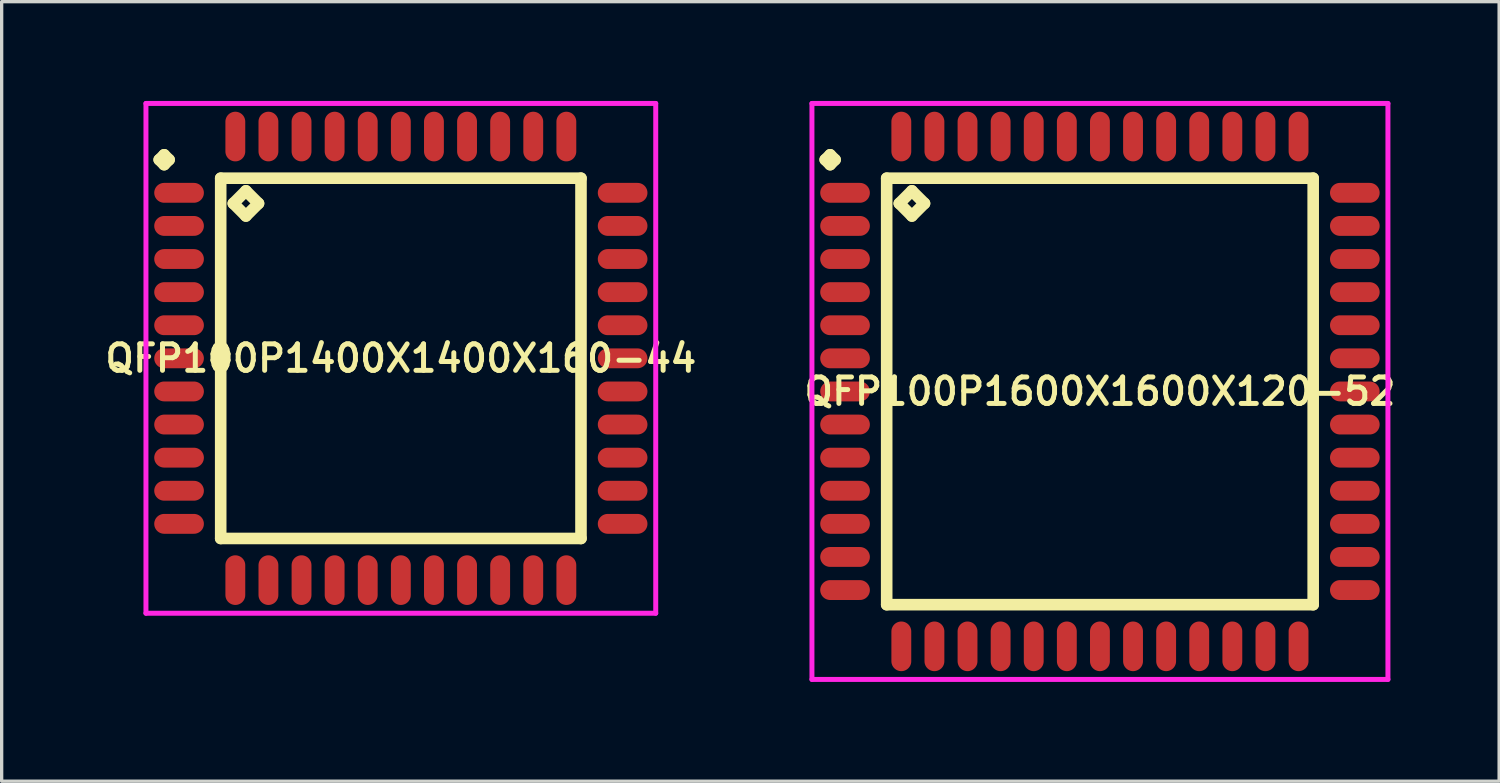
<source format=kicad_pcb>
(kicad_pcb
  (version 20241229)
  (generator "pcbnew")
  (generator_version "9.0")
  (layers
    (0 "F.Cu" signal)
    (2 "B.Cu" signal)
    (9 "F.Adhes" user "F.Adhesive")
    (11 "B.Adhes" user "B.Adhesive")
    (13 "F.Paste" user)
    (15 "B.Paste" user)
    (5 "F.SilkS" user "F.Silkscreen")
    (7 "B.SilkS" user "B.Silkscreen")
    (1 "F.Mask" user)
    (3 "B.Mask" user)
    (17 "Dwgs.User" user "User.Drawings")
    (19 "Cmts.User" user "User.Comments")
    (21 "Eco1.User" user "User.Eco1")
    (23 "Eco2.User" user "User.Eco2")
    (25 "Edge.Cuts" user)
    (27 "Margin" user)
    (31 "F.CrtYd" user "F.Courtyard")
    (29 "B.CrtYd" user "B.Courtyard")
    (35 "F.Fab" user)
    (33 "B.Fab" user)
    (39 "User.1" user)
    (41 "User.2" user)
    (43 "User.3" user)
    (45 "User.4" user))
  (footprint "QFP100P1600X1600X120-52"
    (layer "F.Cu")
    (at 30.178 8.775)
    (property "Reference" "QFP100P1600X1600X120-52" (at 0 0 0) (layer "F.SilkS") (effects (font (size 0.8 0.8) (thickness 0.15))))
    (attr smd)
    (fp_line (start -8.3 -7) (end -8.15 -7.15) (stroke (width 0.35) (type solid)) (layer "F.SilkS"))
    (fp_line (start -8.15 -7.15) (end -8 -7) (stroke (width 0.35) (type solid)) (layer "F.SilkS"))
    (fp_line (start -8.15 -6.85) (end -8.3 -7) (stroke (width 0.35) (type solid)) (layer "F.SilkS"))
    (fp_line (start -8 -7) (end -8.15 -6.85) (stroke (width 0.35) (type solid)) (layer "F.SilkS"))
    (fp_line (start -6.442 -6.442) (end -6.442 6.442) (stroke (width 0.35) (type solid)) (layer "F.SilkS"))
    (fp_line (start -6.442 6.442) (end 6.442 6.442) (stroke (width 0.35) (type solid)) (layer "F.SilkS"))
    (fp_line (start -6.061 -5.68) (end -5.68 -6.061) (stroke (width 0.35) (type solid)) (layer "F.SilkS"))
    (fp_line (start -5.68 -6.061) (end -5.299 -5.68) (stroke (width 0.35) (type solid)) (layer "F.SilkS"))
    (fp_line (start -5.68 -5.299) (end -6.061 -5.68) (stroke (width 0.35) (type solid)) (layer "F.SilkS"))
    (fp_line (start -5.299 -5.68) (end -5.68 -5.299) (stroke (width 0.35) (type solid)) (layer "F.SilkS"))
    (fp_line (start 6.442 -6.442) (end -6.442 -6.442) (stroke (width 0.35) (type solid)) (layer "F.SilkS"))
    (fp_line (start 6.442 6.442) (end 6.442 -6.442) (stroke (width 0.35) (type solid)) (layer "F.SilkS"))
    (fp_line (start -8.7 -8.7) (end 8.7 -8.7) (stroke (width 0.15) (type solid)) (layer "F.CrtYd"))
    (fp_line (start -8.7 8.7) (end -8.7 -8.7) (stroke (width 0.15) (type solid)) (layer "F.CrtYd"))
    (fp_line (start 8.7 -8.7) (end 8.7 8.7) (stroke (width 0.15) (type solid)) (layer "F.CrtYd"))
    (fp_line (start 8.7 8.7) (end -8.7 8.7) (stroke (width 0.15) (type solid)) (layer "F.CrtYd"))
    (pad "1" smd oval (at -7.7 -6) (size 1.5 0.6) (layers "F.Cu" "F.Mask" "F.Paste"))
    (pad "2" smd oval (at -7.7 -5) (size 1.5 0.6) (layers "F.Cu" "F.Mask" "F.Paste"))
    (pad "3" smd oval (at -7.7 -4) (size 1.5 0.6) (layers "F.Cu" "F.Mask" "F.Paste"))
    (pad "4" smd oval (at -7.7 -3) (size 1.5 0.6) (layers "F.Cu" "F.Mask" "F.Paste"))
    (pad "5" smd oval (at -7.7 -2) (size 1.5 0.6) (layers "F.Cu" "F.Mask" "F.Paste"))
    (pad "6" smd oval (at -7.7 -1) (size 1.5 0.6) (layers "F.Cu" "F.Mask" "F.Paste"))
    (pad "7" smd oval (at -7.7 0) (size 1.5 0.6) (layers "F.Cu" "F.Mask" "F.Paste"))
    (pad "8" smd oval (at -7.7 1) (size 1.5 0.6) (layers "F.Cu" "F.Mask" "F.Paste"))
    (pad "9" smd oval (at -7.7 2) (size 1.5 0.6) (layers "F.Cu" "F.Mask" "F.Paste"))
    (pad "10" smd oval (at -7.7 3) (size 1.5 0.6) (layers "F.Cu" "F.Mask" "F.Paste"))
    (pad "11" smd oval (at -7.7 4) (size 1.5 0.6) (layers "F.Cu" "F.Mask" "F.Paste"))
    (pad "12" smd oval (at -7.7 5) (size 1.5 0.6) (layers "F.Cu" "F.Mask" "F.Paste"))
    (pad "13" smd oval (at -7.7 6) (size 1.5 0.6) (layers "F.Cu" "F.Mask" "F.Paste"))
    (pad "14" smd oval (at -6 7.7) (size 0.6 1.5) (layers "F.Cu" "F.Mask" "F.Paste"))
    (pad "15" smd oval (at -5 7.7) (size 0.6 1.5) (layers "F.Cu" "F.Mask" "F.Paste"))
    (pad "16" smd oval (at -4 7.7) (size 0.6 1.5) (layers "F.Cu" "F.Mask" "F.Paste"))
    (pad "17" smd oval (at -3 7.7) (size 0.6 1.5) (layers "F.Cu" "F.Mask" "F.Paste"))
    (pad "18" smd oval (at -2 7.7) (size 0.6 1.5) (layers "F.Cu" "F.Mask" "F.Paste"))
    (pad "19" smd oval (at -1 7.7) (size 0.6 1.5) (layers "F.Cu" "F.Mask" "F.Paste"))
    (pad "20" smd oval (at 0 7.7) (size 0.6 1.5) (layers "F.Cu" "F.Mask" "F.Paste"))
    (pad "21" smd oval (at 1 7.7) (size 0.6 1.5) (layers "F.Cu" "F.Mask" "F.Paste"))
    (pad "22" smd oval (at 2 7.7) (size 0.6 1.5) (layers "F.Cu" "F.Mask" "F.Paste"))
    (pad "23" smd oval (at 3 7.7) (size 0.6 1.5) (layers "F.Cu" "F.Mask" "F.Paste"))
    (pad "24" smd oval (at 4 7.7) (size 0.6 1.5) (layers "F.Cu" "F.Mask" "F.Paste"))
    (pad "25" smd oval (at 5 7.7) (size 0.6 1.5) (layers "F.Cu" "F.Mask" "F.Paste"))
    (pad "26" smd oval (at 6 7.7) (size 0.6 1.5) (layers "F.Cu" "F.Mask" "F.Paste"))
    (pad "27" smd oval (at 7.7 6) (size 1.5 0.6) (layers "F.Cu" "F.Mask" "F.Paste"))
    (pad "28" smd oval (at 7.7 5) (size 1.5 0.6) (layers "F.Cu" "F.Mask" "F.Paste"))
    (pad "29" smd oval (at 7.7 4) (size 1.5 0.6) (layers "F.Cu" "F.Mask" "F.Paste"))
    (pad "30" smd oval (at 7.7 3) (size 1.5 0.6) (layers "F.Cu" "F.Mask" "F.Paste"))
    (pad "31" smd oval (at 7.7 2) (size 1.5 0.6) (layers "F.Cu" "F.Mask" "F.Paste"))
    (pad "32" smd oval (at 7.7 1) (size 1.5 0.6) (layers "F.Cu" "F.Mask" "F.Paste"))
    (pad "33" smd oval (at 7.7 0) (size 1.5 0.6) (layers "F.Cu" "F.Mask" "F.Paste"))
    (pad "34" smd oval (at 7.7 -1) (size 1.5 0.6) (layers "F.Cu" "F.Mask" "F.Paste"))
    (pad "35" smd oval (at 7.7 -2) (size 1.5 0.6) (layers "F.Cu" "F.Mask" "F.Paste"))
    (pad "36" smd oval (at 7.7 -3) (size 1.5 0.6) (layers "F.Cu" "F.Mask" "F.Paste"))
    (pad "37" smd oval (at 7.7 -4) (size 1.5 0.6) (layers "F.Cu" "F.Mask" "F.Paste"))
    (pad "38" smd oval (at 7.7 -5) (size 1.5 0.6) (layers "F.Cu" "F.Mask" "F.Paste"))
    (pad "39" smd oval (at 7.7 -6) (size 1.5 0.6) (layers "F.Cu" "F.Mask" "F.Paste"))
    (pad "40" smd oval (at 6 -7.7) (size 0.6 1.5) (layers "F.Cu" "F.Mask" "F.Paste"))
    (pad "41" smd oval (at 5 -7.7) (size 0.6 1.5) (layers "F.Cu" "F.Mask" "F.Paste"))
    (pad "42" smd oval (at 4 -7.7) (size 0.6 1.5) (layers "F.Cu" "F.Mask" "F.Paste"))
    (pad "43" smd oval (at 3 -7.7) (size 0.6 1.5) (layers "F.Cu" "F.Mask" "F.Paste"))
    (pad "44" smd oval (at 2 -7.7) (size 0.6 1.5) (layers "F.Cu" "F.Mask" "F.Paste"))
    (pad "45" smd oval (at 1 -7.7) (size 0.6 1.5) (layers "F.Cu" "F.Mask" "F.Paste"))
    (pad "46" smd oval (at 0 -7.7) (size 0.6 1.5) (layers "F.Cu" "F.Mask" "F.Paste"))
    (pad "47" smd oval (at -1 -7.7) (size 0.6 1.5) (layers "F.Cu" "F.Mask" "F.Paste"))
    (pad "48" smd oval (at -2 -7.7) (size 0.6 1.5) (layers "F.Cu" "F.Mask" "F.Paste"))
    (pad "49" smd oval (at -3 -7.7) (size 0.6 1.5) (layers "F.Cu" "F.Mask" "F.Paste"))
    (pad "50" smd oval (at -4 -7.7) (size 0.6 1.5) (layers "F.Cu" "F.Mask" "F.Paste"))
    (pad "51" smd oval (at -5 -7.7) (size 0.6 1.5) (layers "F.Cu" "F.Mask" "F.Paste"))
    (pad "52" smd oval (at -6 -7.7) (size 0.6 1.5) (layers "F.Cu" "F.Mask" "F.Paste")))
  (footprint "QFP100P1400X1400X160-44"
    (layer "F.Cu")
    (at 9.059 7.775)
    (property "Reference" "QFP100P1400X1400X160-44" (at 0 0 0) (layer "F.SilkS") (effects (font (size 0.8 0.8) (thickness 0.15))))
    (attr smd)
    (fp_line (start -7.3 -6) (end -7.15 -6.15) (stroke (width 0.35) (type solid)) (layer "F.SilkS"))
    (fp_line (start -7.15 -6.15) (end -7 -6) (stroke (width 0.35) (type solid)) (layer "F.SilkS"))
    (fp_line (start -7.15 -5.85) (end -7.3 -6) (stroke (width 0.35) (type solid)) (layer "F.SilkS"))
    (fp_line (start -7 -6) (end -7.15 -5.85) (stroke (width 0.35) (type solid)) (layer "F.SilkS"))
    (fp_line (start -5.442 -5.442) (end -5.442 5.442) (stroke (width 0.35) (type solid)) (layer "F.SilkS"))
    (fp_line (start -5.442 5.442) (end 5.442 5.442) (stroke (width 0.35) (type solid)) (layer "F.SilkS"))
    (fp_line (start -5.061 -4.68) (end -4.68 -5.061) (stroke (width 0.35) (type solid)) (layer "F.SilkS"))
    (fp_line (start -4.68 -5.061) (end -4.299 -4.68) (stroke (width 0.35) (type solid)) (layer "F.SilkS"))
    (fp_line (start -4.68 -4.299) (end -5.061 -4.68) (stroke (width 0.35) (type solid)) (layer "F.SilkS"))
    (fp_line (start -4.299 -4.68) (end -4.68 -4.299) (stroke (width 0.35) (type solid)) (layer "F.SilkS"))
    (fp_line (start 5.442 -5.442) (end -5.442 -5.442) (stroke (width 0.35) (type solid)) (layer "F.SilkS"))
    (fp_line (start 5.442 5.442) (end 5.442 -5.442) (stroke (width 0.35) (type solid)) (layer "F.SilkS"))
    (fp_line (start -7.7 -7.7) (end 7.7 -7.7) (stroke (width 0.15) (type solid)) (layer "F.CrtYd"))
    (fp_line (start -7.7 7.7) (end -7.7 -7.7) (stroke (width 0.15) (type solid)) (layer "F.CrtYd"))
    (fp_line (start 7.7 -7.7) (end 7.7 7.7) (stroke (width 0.15) (type solid)) (layer "F.CrtYd"))
    (fp_line (start 7.7 7.7) (end -7.7 7.7) (stroke (width 0.15) (type solid)) (layer "F.CrtYd"))
    (pad "1" smd oval (at -6.7 -5) (size 1.5 0.6) (layers "F.Cu" "F.Mask" "F.Paste"))
    (pad "2" smd oval (at -6.7 -4) (size 1.5 0.6) (layers "F.Cu" "F.Mask" "F.Paste"))
    (pad "3" smd oval (at -6.7 -3) (size 1.5 0.6) (layers "F.Cu" "F.Mask" "F.Paste"))
    (pad "4" smd oval (at -6.7 -2) (size 1.5 0.6) (layers "F.Cu" "F.Mask" "F.Paste"))
    (pad "5" smd oval (at -6.7 -1) (size 1.5 0.6) (layers "F.Cu" "F.Mask" "F.Paste"))
    (pad "6" smd oval (at -6.7 0) (size 1.5 0.6) (layers "F.Cu" "F.Mask" "F.Paste"))
    (pad "7" smd oval (at -6.7 1) (size 1.5 0.6) (layers "F.Cu" "F.Mask" "F.Paste"))
    (pad "8" smd oval (at -6.7 2) (size 1.5 0.6) (layers "F.Cu" "F.Mask" "F.Paste"))
    (pad "9" smd oval (at -6.7 3) (size 1.5 0.6) (layers "F.Cu" "F.Mask" "F.Paste"))
    (pad "10" smd oval (at -6.7 4) (size 1.5 0.6) (layers "F.Cu" "F.Mask" "F.Paste"))
    (pad "11" smd oval (at -6.7 5) (size 1.5 0.6) (layers "F.Cu" "F.Mask" "F.Paste"))
    (pad "12" smd oval (at -5 6.7) (size 0.6 1.5) (layers "F.Cu" "F.Mask" "F.Paste"))
    (pad "13" smd oval (at -4 6.7) (size 0.6 1.5) (layers "F.Cu" "F.Mask" "F.Paste"))
    (pad "14" smd oval (at -3 6.7) (size 0.6 1.5) (layers "F.Cu" "F.Mask" "F.Paste"))
    (pad "15" smd oval (at -2 6.7) (size 0.6 1.5) (layers "F.Cu" "F.Mask" "F.Paste"))
    (pad "16" smd oval (at -1 6.7) (size 0.6 1.5) (layers "F.Cu" "F.Mask" "F.Paste"))
    (pad "17" smd oval (at 0 6.7) (size 0.6 1.5) (layers "F.Cu" "F.Mask" "F.Paste"))
    (pad "18" smd oval (at 1 6.7) (size 0.6 1.5) (layers "F.Cu" "F.Mask" "F.Paste"))
    (pad "19" smd oval (at 2 6.7) (size 0.6 1.5) (layers "F.Cu" "F.Mask" "F.Paste"))
    (pad "20" smd oval (at 3 6.7) (size 0.6 1.5) (layers "F.Cu" "F.Mask" "F.Paste"))
    (pad "21" smd oval (at 4 6.7) (size 0.6 1.5) (layers "F.Cu" "F.Mask" "F.Paste"))
    (pad "22" smd oval (at 5 6.7) (size 0.6 1.5) (layers "F.Cu" "F.Mask" "F.Paste"))
    (pad "23" smd oval (at 6.7 5) (size 1.5 0.6) (layers "F.Cu" "F.Mask" "F.Paste"))
    (pad "24" smd oval (at 6.7 4) (size 1.5 0.6) (layers "F.Cu" "F.Mask" "F.Paste"))
    (pad "25" smd oval (at 6.7 3) (size 1.5 0.6) (layers "F.Cu" "F.Mask" "F.Paste"))
    (pad "26" smd oval (at 6.7 2) (size 1.5 0.6) (layers "F.Cu" "F.Mask" "F.Paste"))
    (pad "27" smd oval (at 6.7 1) (size 1.5 0.6) (layers "F.Cu" "F.Mask" "F.Paste"))
    (pad "28" smd oval (at 6.7 0) (size 1.5 0.6) (layers "F.Cu" "F.Mask" "F.Paste"))
    (pad "29" smd oval (at 6.7 -1) (size 1.5 0.6) (layers "F.Cu" "F.Mask" "F.Paste"))
    (pad "30" smd oval (at 6.7 -2) (size 1.5 0.6) (layers "F.Cu" "F.Mask" "F.Paste"))
    (pad "31" smd oval (at 6.7 -3) (size 1.5 0.6) (layers "F.Cu" "F.Mask" "F.Paste"))
    (pad "32" smd oval (at 6.7 -4) (size 1.5 0.6) (layers "F.Cu" "F.Mask" "F.Paste"))
    (pad "33" smd oval (at 6.7 -5) (size 1.5 0.6) (layers "F.Cu" "F.Mask" "F.Paste"))
    (pad "34" smd oval (at 5 -6.7) (size 0.6 1.5) (layers "F.Cu" "F.Mask" "F.Paste"))
    (pad "35" smd oval (at 4 -6.7) (size 0.6 1.5) (layers "F.Cu" "F.Mask" "F.Paste"))
    (pad "36" smd oval (at 3 -6.7) (size 0.6 1.5) (layers "F.Cu" "F.Mask" "F.Paste"))
    (pad "37" smd oval (at 2 -6.7) (size 0.6 1.5) (layers "F.Cu" "F.Mask" "F.Paste"))
    (pad "38" smd oval (at 1 -6.7) (size 0.6 1.5) (layers "F.Cu" "F.Mask" "F.Paste"))
    (pad "39" smd oval (at 0 -6.7) (size 0.6 1.5) (layers "F.Cu" "F.Mask" "F.Paste"))
    (pad "40" smd oval (at -1 -6.7) (size 0.6 1.5) (layers "F.Cu" "F.Mask" "F.Paste"))
    (pad "41" smd oval (at -2 -6.7) (size 0.6 1.5) (layers "F.Cu" "F.Mask" "F.Paste"))
    (pad "42" smd oval (at -3 -6.7) (size 0.6 1.5) (layers "F.Cu" "F.Mask" "F.Paste"))
    (pad "43" smd oval (at -4 -6.7) (size 0.6 1.5) (layers "F.Cu" "F.Mask" "F.Paste"))
    (pad "44" smd oval (at -5 -6.7) (size 0.6 1.5) (layers "F.Cu" "F.Mask" "F.Paste")))
  (gr_rect
    (start -3 -3)
    (end 42.237 20.55)
    (stroke (width 0.1) (type default))
    (fill no)
    (layer "Edge.Cuts")))
</source>
